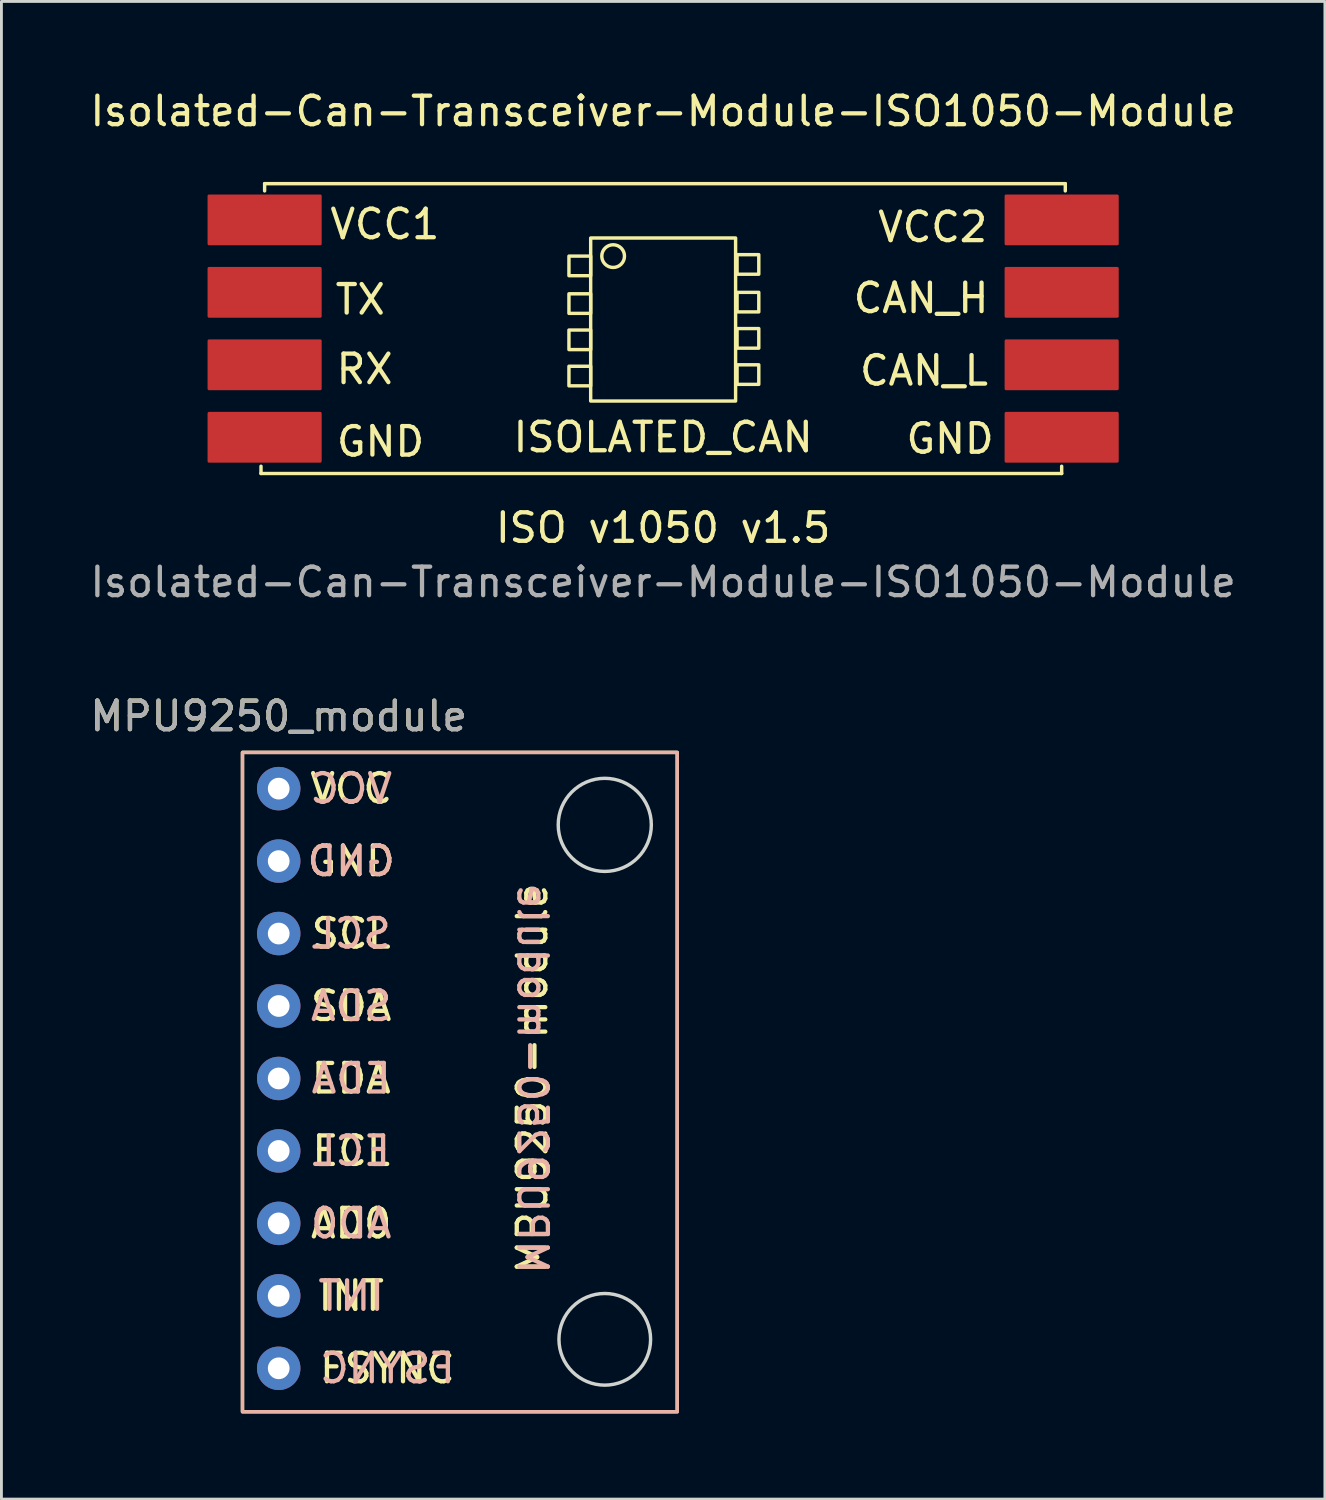
<source format=kicad_pcb>
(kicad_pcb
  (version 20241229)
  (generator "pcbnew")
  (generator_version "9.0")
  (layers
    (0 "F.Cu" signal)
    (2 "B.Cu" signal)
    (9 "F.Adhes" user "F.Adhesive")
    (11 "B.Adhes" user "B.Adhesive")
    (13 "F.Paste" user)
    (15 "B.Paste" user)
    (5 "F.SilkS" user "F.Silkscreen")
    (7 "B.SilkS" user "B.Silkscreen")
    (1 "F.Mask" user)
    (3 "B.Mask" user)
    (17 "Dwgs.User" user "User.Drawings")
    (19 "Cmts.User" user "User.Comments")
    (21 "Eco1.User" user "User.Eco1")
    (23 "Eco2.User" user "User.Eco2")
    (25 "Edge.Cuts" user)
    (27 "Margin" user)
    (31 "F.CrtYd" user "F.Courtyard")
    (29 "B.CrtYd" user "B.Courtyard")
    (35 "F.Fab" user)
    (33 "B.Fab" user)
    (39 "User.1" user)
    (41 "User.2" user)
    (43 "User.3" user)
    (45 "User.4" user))
  (footprint "MPU9250_module"
    (layer "F.Cu")
    (at 13.07 34.755)
    (property "Reference" "MPU9250_module" (at -6.35 -12.7 0) (unlocked yes) (layer "F.SilkS") (effects (font (size 1 1) (thickness 0.15))))
    (attr through_hole)
    (fp_rect (start -7.62 -11.43) (end 7.62 11.684) (stroke (width 0.12) (type solid)) (fill no) (layer "F.SilkS"))
    (fp_rect (start 7.62 -11.43) (end -7.62 11.684) (stroke (width 0.12) (type solid)) (fill no) (layer "B.SilkS"))
    (fp_circle (center 5.08 -8.89) (end 5.663 -7.366) (stroke (width 0.12) (type solid)) (fill no) (layer "Edge.Cuts"))
    (fp_circle (center 5.08 9.144) (end 5.588 10.668) (stroke (width 0.12) (type solid)) (fill no) (layer "Edge.Cuts"))
    (fp_text user "AD0" (at -3.81 5.08 0) (unlocked yes) (layer "F.SilkS") (effects (font (size 1 1) (thickness 0.15))))
    (fp_text user "SCL" (at -3.81 -5.08 0) (unlocked yes) (layer "F.SilkS") (effects (font (size 1 1) (thickness 0.15))))
    (fp_text user "GND" (at -3.81 -7.62 0) (unlocked yes) (layer "F.SilkS") (effects (font (size 1 1) (thickness 0.15))))
    (fp_text user "SDA" (at -3.81 -2.54 0) (unlocked yes) (layer "F.SilkS") (effects (font (size 1 1) (thickness 0.15))))
    (fp_text user "ECL" (at -3.81 2.54 0) (unlocked yes) (layer "F.SilkS") (effects (font (size 1 1) (thickness 0.15))))
    (fp_text user "VCC" (at -3.81 -10.16 0) (unlocked yes) (layer "F.SilkS") (effects (font (size 1 1) (thickness 0.15))))
    (fp_text user "INT" (at -3.81 7.62 0) (unlocked yes) (layer "F.SilkS") (effects (font (size 1 1) (thickness 0.15))))
    (fp_text user "EDA" (at -3.81 0 0) (unlocked yes) (layer "F.SilkS") (effects (font (size 1 1) (thickness 0.15))))
    (fp_text user "MPU9250-module" (at 2.54 0 90) (unlocked yes) (layer "F.SilkS") (effects (font (size 1 1) (thickness 0.15))))
    (fp_text user "FSYNC" (at -2.54 10.16 0) (unlocked yes) (layer "F.SilkS") (effects (font (size 1 1) (thickness 0.15))))
    (fp_text user "FSYNC" (at -2.54 10.16 0) (unlocked yes) (layer "B.SilkS") (effects (font (size 1 1) (thickness 0.15)) (justify mirror)))
    (fp_text user "SCL" (at -3.81 -5.08 0) (unlocked yes) (layer "B.SilkS") (effects (font (size 1 1) (thickness 0.15)) (justify mirror)))
    (fp_text user "INT" (at -3.81 7.62 0) (unlocked yes) (layer "B.SilkS") (effects (font (size 1 1) (thickness 0.15)) (justify mirror)))
    (fp_text user "ECL" (at -3.81 2.54 0) (unlocked yes) (layer "B.SilkS") (effects (font (size 1 1) (thickness 0.15)) (justify mirror)))
    (fp_text user "SDA" (at -3.81 -2.54 0) (unlocked yes) (layer "B.SilkS") (effects (font (size 1 1) (thickness 0.15)) (justify mirror)))
    (fp_text user "VCC" (at -3.81 -10.16 0) (unlocked yes) (layer "B.SilkS") (effects (font (size 1 1) (thickness 0.15)) (justify mirror)))
    (fp_text user "GND" (at -3.81 -7.62 0) (unlocked yes) (layer "B.SilkS") (effects (font (size 1 1) (thickness 0.15)) (justify mirror)))
    (fp_text user "AD0" (at -3.81 5.08 0) (unlocked yes) (layer "B.SilkS") (effects (font (size 1 1) (thickness 0.15)) (justify mirror)))
    (fp_text user "MPU9250-module" (at 2.54 0 270) (unlocked yes) (layer "B.SilkS") (effects (font (size 1 1) (thickness 0.15)) (justify mirror)))
    (fp_text user "EDA" (at -3.81 0 0) (unlocked yes) (layer "B.SilkS") (effects (font (size 1 1) (thickness 0.15)) (justify mirror)))
    (fp_text user "${REFERENCE}" (at -6.35 -12.7 0) (unlocked yes) (layer "F.Fab") (effects (font (size 1 1) (thickness 0.15))))
    (pad "0" thru_hole circle (at -6.35 -10.16) (size 1.524 1.524) (drill 0.762) (layers "*.Cu" "*.Mask"))
    (pad "1" thru_hole circle (at -6.35 -7.62) (size 1.524 1.524) (drill 0.762) (layers "*.Cu" "*.Mask"))
    (pad "2" thru_hole circle (at -6.35 -5.08) (size 1.524 1.524) (drill 0.762) (layers "*.Cu" "*.Mask"))
    (pad "3" thru_hole circle (at -6.35 -2.54) (size 1.524 1.524) (drill 0.762) (layers "*.Cu" "*.Mask"))
    (pad "4" thru_hole circle (at -6.35 0) (size 1.524 1.524) (drill 0.762) (layers "*.Cu" "*.Mask"))
    (pad "5" thru_hole circle (at -6.35 2.54) (size 1.524 1.524) (drill 0.762) (layers "*.Cu" "*.Mask"))
    (pad "6" thru_hole circle (at -6.35 5.08) (size 1.524 1.524) (drill 0.762) (layers "*.Cu" "*.Mask"))
    (pad "7" thru_hole circle (at -6.35 7.62) (size 1.524 1.524) (drill 0.762) (layers "*.Cu" "*.Mask"))
    (pad "8" thru_hole circle (at -6.35 10.16) (size 1.524 1.524) (drill 0.762) (layers "*.Cu" "*.Mask")))
  (footprint "Isolated-Can-Transceiver-Module-ISO1050-Module"
    (layer "F.Cu")
    (at 20.196 8.468)
    (property "Reference" "Isolated-Can-Transceiver-Module-ISO1050-Module" (at 0 -7.62 0) (unlocked yes) (layer "F.SilkS") (effects (font (size 1 1) (thickness 0.15))))
    (attr smd)
    (fp_line (start -14.097 5.08) (end -14.097 4.826) (stroke (width 0.12) (type solid)) (layer "F.SilkS"))
    (fp_line (start -13.97 -5.08) (end 14.097 -5.08) (stroke (width 0.12) (type solid)) (layer "F.SilkS"))
    (fp_line (start -13.97 -4.826) (end -13.97 -5.08) (stroke (width 0.12) (type solid)) (layer "F.SilkS"))
    (fp_line (start 13.97 4.826) (end 13.97 5.08) (stroke (width 0.12) (type solid)) (layer "F.SilkS"))
    (fp_line (start 13.97 5.08) (end -14.097 5.08) (stroke (width 0.12) (type solid)) (layer "F.SilkS"))
    (fp_line (start 14.097 -5.08) (end 14.097 -4.826) (stroke (width 0.12) (type solid)) (layer "F.SilkS"))
    (fp_rect (start -3.302 -2.54) (end -2.54 -1.854) (stroke (width 0.12) (type solid)) (fill no) (layer "F.SilkS"))
    (fp_rect (start -3.302 -1.219) (end -2.54 -0.533) (stroke (width 0.12) (type solid)) (fill no) (layer "F.SilkS"))
    (fp_rect (start -3.302 0.051) (end -2.54 0.737) (stroke (width 0.12) (type solid)) (fill no) (layer "F.SilkS"))
    (fp_rect (start -3.302 1.321) (end -2.54 2.007) (stroke (width 0.12) (type solid)) (fill no) (layer "F.SilkS"))
    (fp_rect (start -2.54 -3.175) (end 2.54 2.54) (stroke (width 0.12) (type solid)) (fill no) (layer "F.SilkS"))
    (fp_rect (start 2.591 -2.591) (end 3.353 -1.905) (stroke (width 0.12) (type solid)) (fill no) (layer "F.SilkS"))
    (fp_rect (start 2.591 -1.27) (end 3.353 -0.584) (stroke (width 0.12) (type solid)) (fill no) (layer "F.SilkS"))
    (fp_rect (start 2.591 0) (end 3.353 0.686) (stroke (width 0.12) (type solid)) (fill no) (layer "F.SilkS"))
    (fp_rect (start 2.591 1.27) (end 3.353 1.956) (stroke (width 0.12) (type solid)) (fill no) (layer "F.SilkS"))
    (fp_circle (center -1.753 -2.54) (end -1.397 -2.718) (stroke (width 0.12) (type solid)) (fill no) (layer "F.SilkS"))
    (fp_text user "RX" (at -10.465 1.422 0) (unlocked yes) (layer "F.SilkS") (effects (font (size 1 1) (thickness 0.15))))
    (fp_text user "CAN_L" (at 9.144 1.473 0) (unlocked yes) (layer "F.SilkS") (effects (font (size 1 1) (thickness 0.15))))
    (fp_text user "ISOLATED_CAN" (at 0 3.81 0) (unlocked yes) (layer "F.SilkS") (effects (font (size 1 1) (thickness 0.15))))
    (fp_text user "ISO v1050 v1.5" (at 0 6.985 0) (unlocked yes) (layer "F.SilkS") (effects (font (size 1 1) (thickness 0.15))))
    (fp_text user "VCC1" (at -9.754 -3.658 0) (unlocked yes) (layer "F.SilkS") (effects (font (size 1 1) (thickness 0.15))))
    (fp_text user "TX" (at -10.617 -1.016 0) (unlocked yes) (layer "F.SilkS") (effects (font (size 1 1) (thickness 0.15))))
    (fp_text user "GND" (at -9.906 3.962 0) (unlocked yes) (layer "F.SilkS") (effects (font (size 1 1) (thickness 0.15))))
    (fp_text user "CAN_H" (at 9.042 -1.067 0) (unlocked yes) (layer "F.SilkS") (effects (font (size 1 1) (thickness 0.15))))
    (fp_text user "GND" (at 10.058 3.861 0) (unlocked yes) (layer "F.SilkS") (effects (font (size 1 1) (thickness 0.15))))
    (fp_text user "VCC2" (at 9.449 -3.556 0) (unlocked yes) (layer "F.SilkS") (effects (font (size 1 1) (thickness 0.15))))
    (fp_text user "${REFERENCE}" (at 0 8.89 0) (unlocked yes) (layer "F.Fab") (effects (font (size 1 1) (thickness 0.15))))
    (pad "1" smd roundrect (at -13.97 -3.81) (size 4 1.78) (layers "F.Cu" "F.Mask" "F.Paste") (roundrect_rratio 0.028))
    (pad "2" smd roundrect (at -13.97 -1.27) (size 4 1.78) (layers "F.Cu" "F.Mask" "F.Paste") (roundrect_rratio 0.028))
    (pad "3" smd roundrect (at -13.97 1.27) (size 4 1.78) (layers "F.Cu" "F.Mask" "F.Paste") (roundrect_rratio 0.028))
    (pad "4" smd roundrect (at -13.97 3.81) (size 4 1.78) (layers "F.Cu" "F.Mask" "F.Paste") (roundrect_rratio 0.028))
    (pad "5" smd roundrect (at 13.97 -3.81) (size 4 1.78) (layers "F.Cu" "F.Mask" "F.Paste") (roundrect_rratio 0.028))
    (pad "6" smd roundrect (at 13.97 -1.27) (size 4 1.78) (layers "F.Cu" "F.Mask" "F.Paste") (roundrect_rratio 0.028))
    (pad "7" smd roundrect (at 13.97 1.27) (size 4 1.78) (layers "F.Cu" "F.Mask" "F.Paste") (roundrect_rratio 0.028))
    (pad "8" smd roundrect (at 13.97 3.81) (size 4 1.78) (layers "F.Cu" "F.Mask" "F.Paste") (roundrect_rratio 0.028)))
  (gr_rect
    (start -3 -3)
    (end 43.393 49.499)
    (stroke (width 0.1) (type default))
    (fill no)
    (layer "Edge.Cuts")))
</source>
